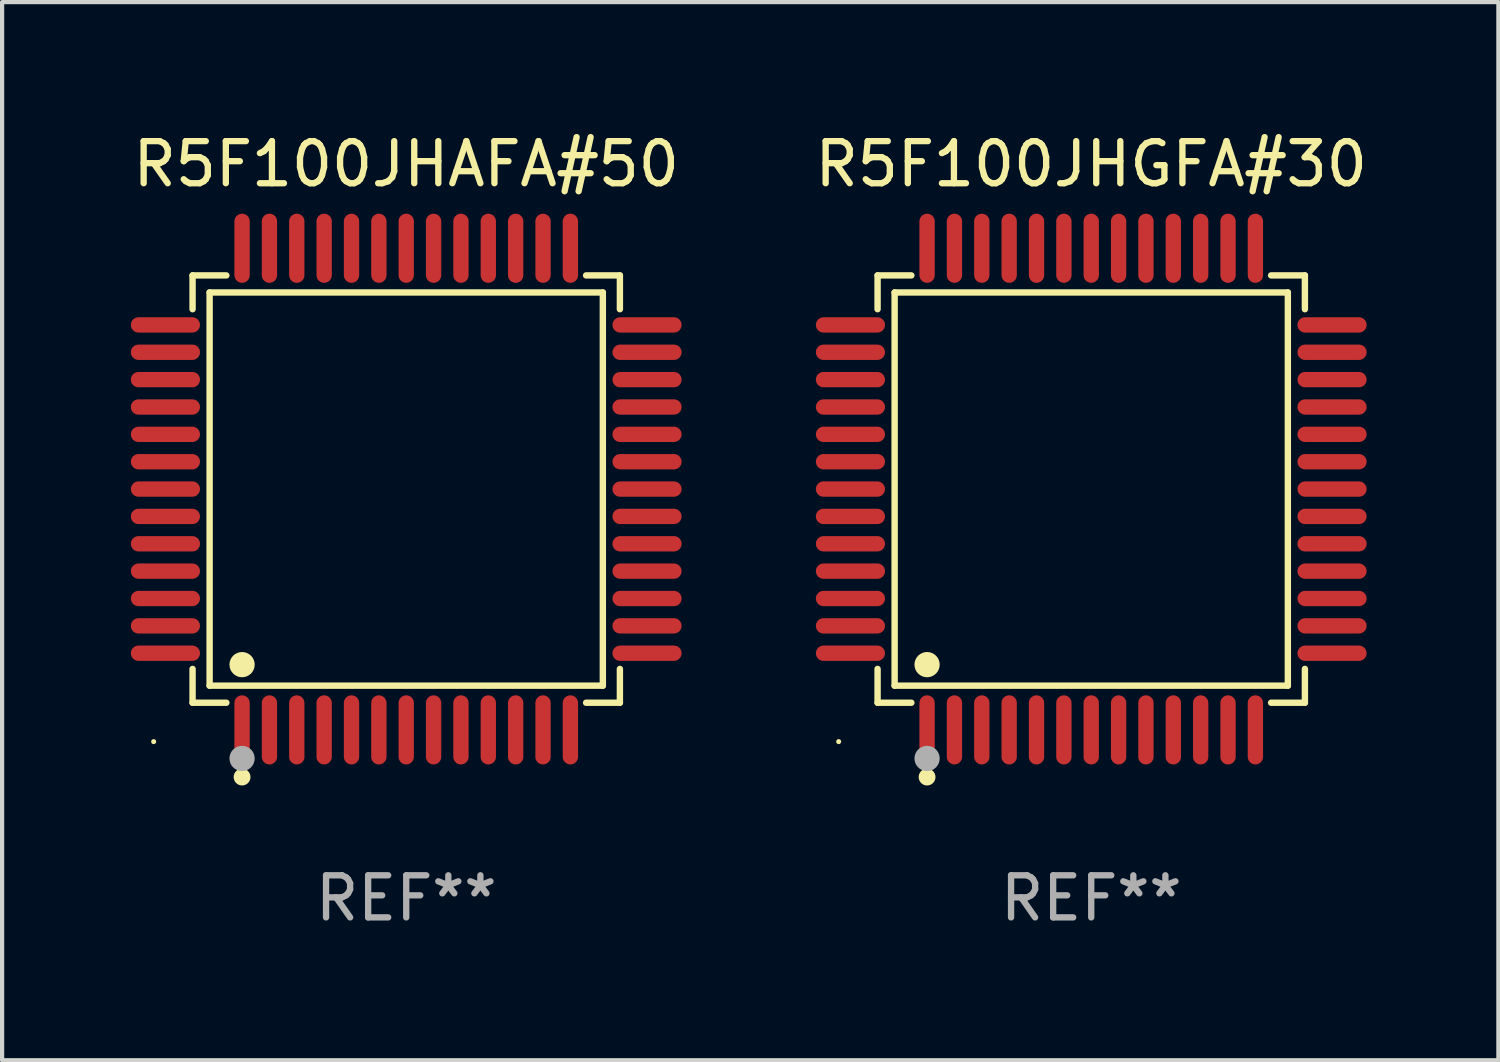
<source format=kicad_pcb>
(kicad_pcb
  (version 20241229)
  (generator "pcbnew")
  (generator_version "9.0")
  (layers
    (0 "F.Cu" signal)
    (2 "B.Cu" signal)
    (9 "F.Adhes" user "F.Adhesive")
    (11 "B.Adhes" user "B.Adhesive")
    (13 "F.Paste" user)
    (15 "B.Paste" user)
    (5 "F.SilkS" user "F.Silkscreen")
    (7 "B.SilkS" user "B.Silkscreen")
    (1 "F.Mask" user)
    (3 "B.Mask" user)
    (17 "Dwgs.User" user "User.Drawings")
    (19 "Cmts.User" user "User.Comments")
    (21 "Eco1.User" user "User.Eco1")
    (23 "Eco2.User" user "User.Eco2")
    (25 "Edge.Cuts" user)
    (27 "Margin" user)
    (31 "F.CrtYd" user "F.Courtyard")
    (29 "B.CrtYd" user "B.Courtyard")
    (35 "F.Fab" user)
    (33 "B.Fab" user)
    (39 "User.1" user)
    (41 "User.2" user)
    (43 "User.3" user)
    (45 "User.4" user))
  (footprint "R5F100JHAFA#50"
    (layer "F.Cu")
    (at 6.601 8.569)
    (property "Reference" "R5F100JHAFA#50" (at 0 -7.721 0) (layer "F.SilkS") (effects (font (size 1 1) (thickness 0.15))))
    (attr through_hole)
    (fp_line (start -5.076 -5.076) (end -4.273 -5.076) (stroke (width 0.152) (type solid)) (layer "F.SilkS"))
    (fp_line (start -5.076 -4.273) (end -5.076 -5.076) (stroke (width 0.152) (type solid)) (layer "F.SilkS"))
    (fp_line (start -5.076 4.273) (end -5.076 5.076) (stroke (width 0.152) (type solid)) (layer "F.SilkS"))
    (fp_line (start -5.076 5.076) (end -4.273 5.076) (stroke (width 0.152) (type solid)) (layer "F.SilkS"))
    (fp_line (start -4.671 -4.671) (end 4.671 -4.671) (stroke (width 0.152) (type solid)) (layer "F.SilkS"))
    (fp_line (start -4.671 4.671) (end -4.671 -4.671) (stroke (width 0.152) (type solid)) (layer "F.SilkS"))
    (fp_line (start 4.671 -4.671) (end 4.671 4.671) (stroke (width 0.152) (type solid)) (layer "F.SilkS"))
    (fp_line (start 4.671 4.671) (end -4.671 4.671) (stroke (width 0.152) (type solid)) (layer "F.SilkS"))
    (fp_line (start 5.076 -5.076) (end 4.273 -5.076) (stroke (width 0.152) (type solid)) (layer "F.SilkS"))
    (fp_line (start 5.076 -4.273) (end 5.076 -5.076) (stroke (width 0.152) (type solid)) (layer "F.SilkS"))
    (fp_line (start 5.076 4.273) (end 5.076 5.076) (stroke (width 0.152) (type solid)) (layer "F.SilkS"))
    (fp_line (start 5.076 5.076) (end 4.273 5.076) (stroke (width 0.152) (type solid)) (layer "F.SilkS"))
    (fp_circle (center -6 6) (end -5.97 6) (stroke (width 0.06) (type solid)) (fill no) (layer "F.SilkS"))
    (fp_circle (center -3.9 4.171) (end -3.75 4.171) (stroke (width 0.3) (type solid)) (fill no) (layer "F.SilkS"))
    (fp_circle (center -3.9 6.842) (end -3.8 6.842) (stroke (width 0.2) (type solid)) (fill no) (layer "F.SilkS"))
    (fp_circle (center -3.9 6.4) (end -3.75 6.4) (stroke (width 0.3) (type solid)) (fill no) (layer "F.Fab"))
    (fp_text user "REF**" (at 0 9.721 0) (layer "F.Fab") (effects (font (size 1 1) (thickness 0.15))))
    (pad "1" smd oval (at -3.9 5.721) (size 0.364 1.642) (layers "F.Cu" "F.Mask" "F.Paste"))
    (pad "2" smd oval (at -3.25 5.721) (size 0.364 1.642) (layers "F.Cu" "F.Mask" "F.Paste"))
    (pad "3" smd oval (at -2.6 5.721) (size 0.364 1.642) (layers "F.Cu" "F.Mask" "F.Paste"))
    (pad "4" smd oval (at -1.95 5.721) (size 0.364 1.642) (layers "F.Cu" "F.Mask" "F.Paste"))
    (pad "5" smd oval (at -1.3 5.721) (size 0.364 1.642) (layers "F.Cu" "F.Mask" "F.Paste"))
    (pad "6" smd oval (at -0.65 5.721) (size 0.364 1.642) (layers "F.Cu" "F.Mask" "F.Paste"))
    (pad "7" smd oval (at 0 5.721) (size 0.364 1.642) (layers "F.Cu" "F.Mask" "F.Paste"))
    (pad "8" smd oval (at 0.65 5.721) (size 0.364 1.642) (layers "F.Cu" "F.Mask" "F.Paste"))
    (pad "9" smd oval (at 1.3 5.721) (size 0.364 1.642) (layers "F.Cu" "F.Mask" "F.Paste"))
    (pad "10" smd oval (at 1.95 5.721) (size 0.364 1.642) (layers "F.Cu" "F.Mask" "F.Paste"))
    (pad "11" smd oval (at 2.6 5.721) (size 0.364 1.642) (layers "F.Cu" "F.Mask" "F.Paste"))
    (pad "12" smd oval (at 3.25 5.721) (size 0.364 1.642) (layers "F.Cu" "F.Mask" "F.Paste"))
    (pad "13" smd oval (at 3.9 5.721) (size 0.364 1.642) (layers "F.Cu" "F.Mask" "F.Paste"))
    (pad "14" smd oval (at 5.721 3.9) (size 1.642 0.364) (layers "F.Cu" "F.Mask" "F.Paste"))
    (pad "15" smd oval (at 5.721 3.25) (size 1.642 0.364) (layers "F.Cu" "F.Mask" "F.Paste"))
    (pad "16" smd oval (at 5.721 2.6) (size 1.642 0.364) (layers "F.Cu" "F.Mask" "F.Paste"))
    (pad "17" smd oval (at 5.721 1.95) (size 1.642 0.364) (layers "F.Cu" "F.Mask" "F.Paste"))
    (pad "18" smd oval (at 5.721 1.3) (size 1.642 0.364) (layers "F.Cu" "F.Mask" "F.Paste"))
    (pad "19" smd oval (at 5.721 0.65) (size 1.642 0.364) (layers "F.Cu" "F.Mask" "F.Paste"))
    (pad "20" smd oval (at 5.721 0) (size 1.642 0.364) (layers "F.Cu" "F.Mask" "F.Paste"))
    (pad "21" smd oval (at 5.721 -0.65) (size 1.642 0.364) (layers "F.Cu" "F.Mask" "F.Paste"))
    (pad "22" smd oval (at 5.721 -1.3) (size 1.642 0.364) (layers "F.Cu" "F.Mask" "F.Paste"))
    (pad "23" smd oval (at 5.721 -1.95) (size 1.642 0.364) (layers "F.Cu" "F.Mask" "F.Paste"))
    (pad "24" smd oval (at 5.721 -2.6) (size 1.642 0.364) (layers "F.Cu" "F.Mask" "F.Paste"))
    (pad "25" smd oval (at 5.721 -3.25) (size 1.642 0.364) (layers "F.Cu" "F.Mask" "F.Paste"))
    (pad "26" smd oval (at 5.721 -3.9) (size 1.642 0.364) (layers "F.Cu" "F.Mask" "F.Paste"))
    (pad "27" smd oval (at 3.9 -5.721) (size 0.364 1.642) (layers "F.Cu" "F.Mask" "F.Paste"))
    (pad "28" smd oval (at 3.25 -5.721) (size 0.364 1.642) (layers "F.Cu" "F.Mask" "F.Paste"))
    (pad "29" smd oval (at 2.6 -5.721) (size 0.364 1.642) (layers "F.Cu" "F.Mask" "F.Paste"))
    (pad "30" smd oval (at 1.95 -5.721) (size 0.364 1.642) (layers "F.Cu" "F.Mask" "F.Paste"))
    (pad "31" smd oval (at 1.3 -5.721) (size 0.364 1.642) (layers "F.Cu" "F.Mask" "F.Paste"))
    (pad "32" smd oval (at 0.65 -5.721) (size 0.364 1.642) (layers "F.Cu" "F.Mask" "F.Paste"))
    (pad "33" smd oval (at 0 -5.721) (size 0.364 1.642) (layers "F.Cu" "F.Mask" "F.Paste"))
    (pad "34" smd oval (at -0.65 -5.721) (size 0.364 1.642) (layers "F.Cu" "F.Mask" "F.Paste"))
    (pad "35" smd oval (at -1.3 -5.721) (size 0.364 1.642) (layers "F.Cu" "F.Mask" "F.Paste"))
    (pad "36" smd oval (at -1.95 -5.721) (size 0.364 1.642) (layers "F.Cu" "F.Mask" "F.Paste"))
    (pad "37" smd oval (at -2.6 -5.721) (size 0.364 1.642) (layers "F.Cu" "F.Mask" "F.Paste"))
    (pad "38" smd oval (at -3.25 -5.721) (size 0.364 1.642) (layers "F.Cu" "F.Mask" "F.Paste"))
    (pad "39" smd oval (at -3.9 -5.721) (size 0.364 1.642) (layers "F.Cu" "F.Mask" "F.Paste"))
    (pad "40" smd oval (at -5.721 -3.9) (size 1.642 0.364) (layers "F.Cu" "F.Mask" "F.Paste"))
    (pad "41" smd oval (at -5.721 -3.25) (size 1.642 0.364) (layers "F.Cu" "F.Mask" "F.Paste"))
    (pad "42" smd oval (at -5.721 -2.6) (size 1.642 0.364) (layers "F.Cu" "F.Mask" "F.Paste"))
    (pad "43" smd oval (at -5.721 -1.95) (size 1.642 0.364) (layers "F.Cu" "F.Mask" "F.Paste"))
    (pad "44" smd oval (at -5.721 -1.3) (size 1.642 0.364) (layers "F.Cu" "F.Mask" "F.Paste"))
    (pad "45" smd oval (at -5.721 -0.65) (size 1.642 0.364) (layers "F.Cu" "F.Mask" "F.Paste"))
    (pad "46" smd oval (at -5.721 0) (size 1.642 0.364) (layers "F.Cu" "F.Mask" "F.Paste"))
    (pad "47" smd oval (at -5.721 0.65) (size 1.642 0.364) (layers "F.Cu" "F.Mask" "F.Paste"))
    (pad "48" smd oval (at -5.721 1.3) (size 1.642 0.364) (layers "F.Cu" "F.Mask" "F.Paste"))
    (pad "49" smd oval (at -5.721 1.95) (size 1.642 0.364) (layers "F.Cu" "F.Mask" "F.Paste"))
    (pad "50" smd oval (at -5.721 2.6) (size 1.642 0.364) (layers "F.Cu" "F.Mask" "F.Paste"))
    (pad "51" smd oval (at -5.721 3.25) (size 1.642 0.364) (layers "F.Cu" "F.Mask" "F.Paste"))
    (pad "52" smd oval (at -5.721 3.9) (size 1.642 0.364) (layers "F.Cu" "F.Mask" "F.Paste")))
  (footprint "R5F100JHGFA#30"
    (layer "F.Cu")
    (at 22.875 8.569)
    (property "Reference" "R5F100JHGFA#30" (at 0 -7.721 0) (layer "F.SilkS") (effects (font (size 1 1) (thickness 0.15))))
    (attr through_hole)
    (fp_line (start -5.076 -5.076) (end -4.273 -5.076) (stroke (width 0.152) (type solid)) (layer "F.SilkS"))
    (fp_line (start -5.076 -4.273) (end -5.076 -5.076) (stroke (width 0.152) (type solid)) (layer "F.SilkS"))
    (fp_line (start -5.076 4.273) (end -5.076 5.076) (stroke (width 0.152) (type solid)) (layer "F.SilkS"))
    (fp_line (start -5.076 5.076) (end -4.273 5.076) (stroke (width 0.152) (type solid)) (layer "F.SilkS"))
    (fp_line (start -4.671 -4.671) (end 4.671 -4.671) (stroke (width 0.152) (type solid)) (layer "F.SilkS"))
    (fp_line (start -4.671 4.671) (end -4.671 -4.671) (stroke (width 0.152) (type solid)) (layer "F.SilkS"))
    (fp_line (start 4.671 -4.671) (end 4.671 4.671) (stroke (width 0.152) (type solid)) (layer "F.SilkS"))
    (fp_line (start 4.671 4.671) (end -4.671 4.671) (stroke (width 0.152) (type solid)) (layer "F.SilkS"))
    (fp_line (start 5.076 -5.076) (end 4.273 -5.076) (stroke (width 0.152) (type solid)) (layer "F.SilkS"))
    (fp_line (start 5.076 -4.273) (end 5.076 -5.076) (stroke (width 0.152) (type solid)) (layer "F.SilkS"))
    (fp_line (start 5.076 4.273) (end 5.076 5.076) (stroke (width 0.152) (type solid)) (layer "F.SilkS"))
    (fp_line (start 5.076 5.076) (end 4.273 5.076) (stroke (width 0.152) (type solid)) (layer "F.SilkS"))
    (fp_circle (center -6 6) (end -5.97 6) (stroke (width 0.06) (type solid)) (fill no) (layer "F.SilkS"))
    (fp_circle (center -3.9 4.171) (end -3.75 4.171) (stroke (width 0.3) (type solid)) (fill no) (layer "F.SilkS"))
    (fp_circle (center -3.9 6.842) (end -3.8 6.842) (stroke (width 0.2) (type solid)) (fill no) (layer "F.SilkS"))
    (fp_circle (center -3.9 6.4) (end -3.75 6.4) (stroke (width 0.3) (type solid)) (fill no) (layer "F.Fab"))
    (fp_text user "REF**" (at 0 9.721 0) (layer "F.Fab") (effects (font (size 1 1) (thickness 0.15))))
    (pad "1" smd oval (at -3.9 5.721) (size 0.364 1.642) (layers "F.Cu" "F.Mask" "F.Paste"))
    (pad "2" smd oval (at -3.25 5.721) (size 0.364 1.642) (layers "F.Cu" "F.Mask" "F.Paste"))
    (pad "3" smd oval (at -2.6 5.721) (size 0.364 1.642) (layers "F.Cu" "F.Mask" "F.Paste"))
    (pad "4" smd oval (at -1.95 5.721) (size 0.364 1.642) (layers "F.Cu" "F.Mask" "F.Paste"))
    (pad "5" smd oval (at -1.3 5.721) (size 0.364 1.642) (layers "F.Cu" "F.Mask" "F.Paste"))
    (pad "6" smd oval (at -0.65 5.721) (size 0.364 1.642) (layers "F.Cu" "F.Mask" "F.Paste"))
    (pad "7" smd oval (at 0 5.721) (size 0.364 1.642) (layers "F.Cu" "F.Mask" "F.Paste"))
    (pad "8" smd oval (at 0.65 5.721) (size 0.364 1.642) (layers "F.Cu" "F.Mask" "F.Paste"))
    (pad "9" smd oval (at 1.3 5.721) (size 0.364 1.642) (layers "F.Cu" "F.Mask" "F.Paste"))
    (pad "10" smd oval (at 1.95 5.721) (size 0.364 1.642) (layers "F.Cu" "F.Mask" "F.Paste"))
    (pad "11" smd oval (at 2.6 5.721) (size 0.364 1.642) (layers "F.Cu" "F.Mask" "F.Paste"))
    (pad "12" smd oval (at 3.25 5.721) (size 0.364 1.642) (layers "F.Cu" "F.Mask" "F.Paste"))
    (pad "13" smd oval (at 3.9 5.721) (size 0.364 1.642) (layers "F.Cu" "F.Mask" "F.Paste"))
    (pad "14" smd oval (at 5.721 3.9) (size 1.642 0.364) (layers "F.Cu" "F.Mask" "F.Paste"))
    (pad "15" smd oval (at 5.721 3.25) (size 1.642 0.364) (layers "F.Cu" "F.Mask" "F.Paste"))
    (pad "16" smd oval (at 5.721 2.6) (size 1.642 0.364) (layers "F.Cu" "F.Mask" "F.Paste"))
    (pad "17" smd oval (at 5.721 1.95) (size 1.642 0.364) (layers "F.Cu" "F.Mask" "F.Paste"))
    (pad "18" smd oval (at 5.721 1.3) (size 1.642 0.364) (layers "F.Cu" "F.Mask" "F.Paste"))
    (pad "19" smd oval (at 5.721 0.65) (size 1.642 0.364) (layers "F.Cu" "F.Mask" "F.Paste"))
    (pad "20" smd oval (at 5.721 0) (size 1.642 0.364) (layers "F.Cu" "F.Mask" "F.Paste"))
    (pad "21" smd oval (at 5.721 -0.65) (size 1.642 0.364) (layers "F.Cu" "F.Mask" "F.Paste"))
    (pad "22" smd oval (at 5.721 -1.3) (size 1.642 0.364) (layers "F.Cu" "F.Mask" "F.Paste"))
    (pad "23" smd oval (at 5.721 -1.95) (size 1.642 0.364) (layers "F.Cu" "F.Mask" "F.Paste"))
    (pad "24" smd oval (at 5.721 -2.6) (size 1.642 0.364) (layers "F.Cu" "F.Mask" "F.Paste"))
    (pad "25" smd oval (at 5.721 -3.25) (size 1.642 0.364) (layers "F.Cu" "F.Mask" "F.Paste"))
    (pad "26" smd oval (at 5.721 -3.9) (size 1.642 0.364) (layers "F.Cu" "F.Mask" "F.Paste"))
    (pad "27" smd oval (at 3.9 -5.721) (size 0.364 1.642) (layers "F.Cu" "F.Mask" "F.Paste"))
    (pad "28" smd oval (at 3.25 -5.721) (size 0.364 1.642) (layers "F.Cu" "F.Mask" "F.Paste"))
    (pad "29" smd oval (at 2.6 -5.721) (size 0.364 1.642) (layers "F.Cu" "F.Mask" "F.Paste"))
    (pad "30" smd oval (at 1.95 -5.721) (size 0.364 1.642) (layers "F.Cu" "F.Mask" "F.Paste"))
    (pad "31" smd oval (at 1.3 -5.721) (size 0.364 1.642) (layers "F.Cu" "F.Mask" "F.Paste"))
    (pad "32" smd oval (at 0.65 -5.721) (size 0.364 1.642) (layers "F.Cu" "F.Mask" "F.Paste"))
    (pad "33" smd oval (at 0 -5.721) (size 0.364 1.642) (layers "F.Cu" "F.Mask" "F.Paste"))
    (pad "34" smd oval (at -0.65 -5.721) (size 0.364 1.642) (layers "F.Cu" "F.Mask" "F.Paste"))
    (pad "35" smd oval (at -1.3 -5.721) (size 0.364 1.642) (layers "F.Cu" "F.Mask" "F.Paste"))
    (pad "36" smd oval (at -1.95 -5.721) (size 0.364 1.642) (layers "F.Cu" "F.Mask" "F.Paste"))
    (pad "37" smd oval (at -2.6 -5.721) (size 0.364 1.642) (layers "F.Cu" "F.Mask" "F.Paste"))
    (pad "38" smd oval (at -3.25 -5.721) (size 0.364 1.642) (layers "F.Cu" "F.Mask" "F.Paste"))
    (pad "39" smd oval (at -3.9 -5.721) (size 0.364 1.642) (layers "F.Cu" "F.Mask" "F.Paste"))
    (pad "40" smd oval (at -5.721 -3.9) (size 1.642 0.364) (layers "F.Cu" "F.Mask" "F.Paste"))
    (pad "41" smd oval (at -5.721 -3.25) (size 1.642 0.364) (layers "F.Cu" "F.Mask" "F.Paste"))
    (pad "42" smd oval (at -5.721 -2.6) (size 1.642 0.364) (layers "F.Cu" "F.Mask" "F.Paste"))
    (pad "43" smd oval (at -5.721 -1.95) (size 1.642 0.364) (layers "F.Cu" "F.Mask" "F.Paste"))
    (pad "44" smd oval (at -5.721 -1.3) (size 1.642 0.364) (layers "F.Cu" "F.Mask" "F.Paste"))
    (pad "45" smd oval (at -5.721 -0.65) (size 1.642 0.364) (layers "F.Cu" "F.Mask" "F.Paste"))
    (pad "46" smd oval (at -5.721 0) (size 1.642 0.364) (layers "F.Cu" "F.Mask" "F.Paste"))
    (pad "47" smd oval (at -5.721 0.65) (size 1.642 0.364) (layers "F.Cu" "F.Mask" "F.Paste"))
    (pad "48" smd oval (at -5.721 1.3) (size 1.642 0.364) (layers "F.Cu" "F.Mask" "F.Paste"))
    (pad "49" smd oval (at -5.721 1.95) (size 1.642 0.364) (layers "F.Cu" "F.Mask" "F.Paste"))
    (pad "50" smd oval (at -5.721 2.6) (size 1.642 0.364) (layers "F.Cu" "F.Mask" "F.Paste"))
    (pad "51" smd oval (at -5.721 3.25) (size 1.642 0.364) (layers "F.Cu" "F.Mask" "F.Paste"))
    (pad "52" smd oval (at -5.721 3.9) (size 1.642 0.364) (layers "F.Cu" "F.Mask" "F.Paste")))
  (gr_rect
    (start -3 -3)
    (end 32.548 22.139)
    (stroke (width 0.1) (type default))
    (fill no)
    (layer "Edge.Cuts")))
</source>
